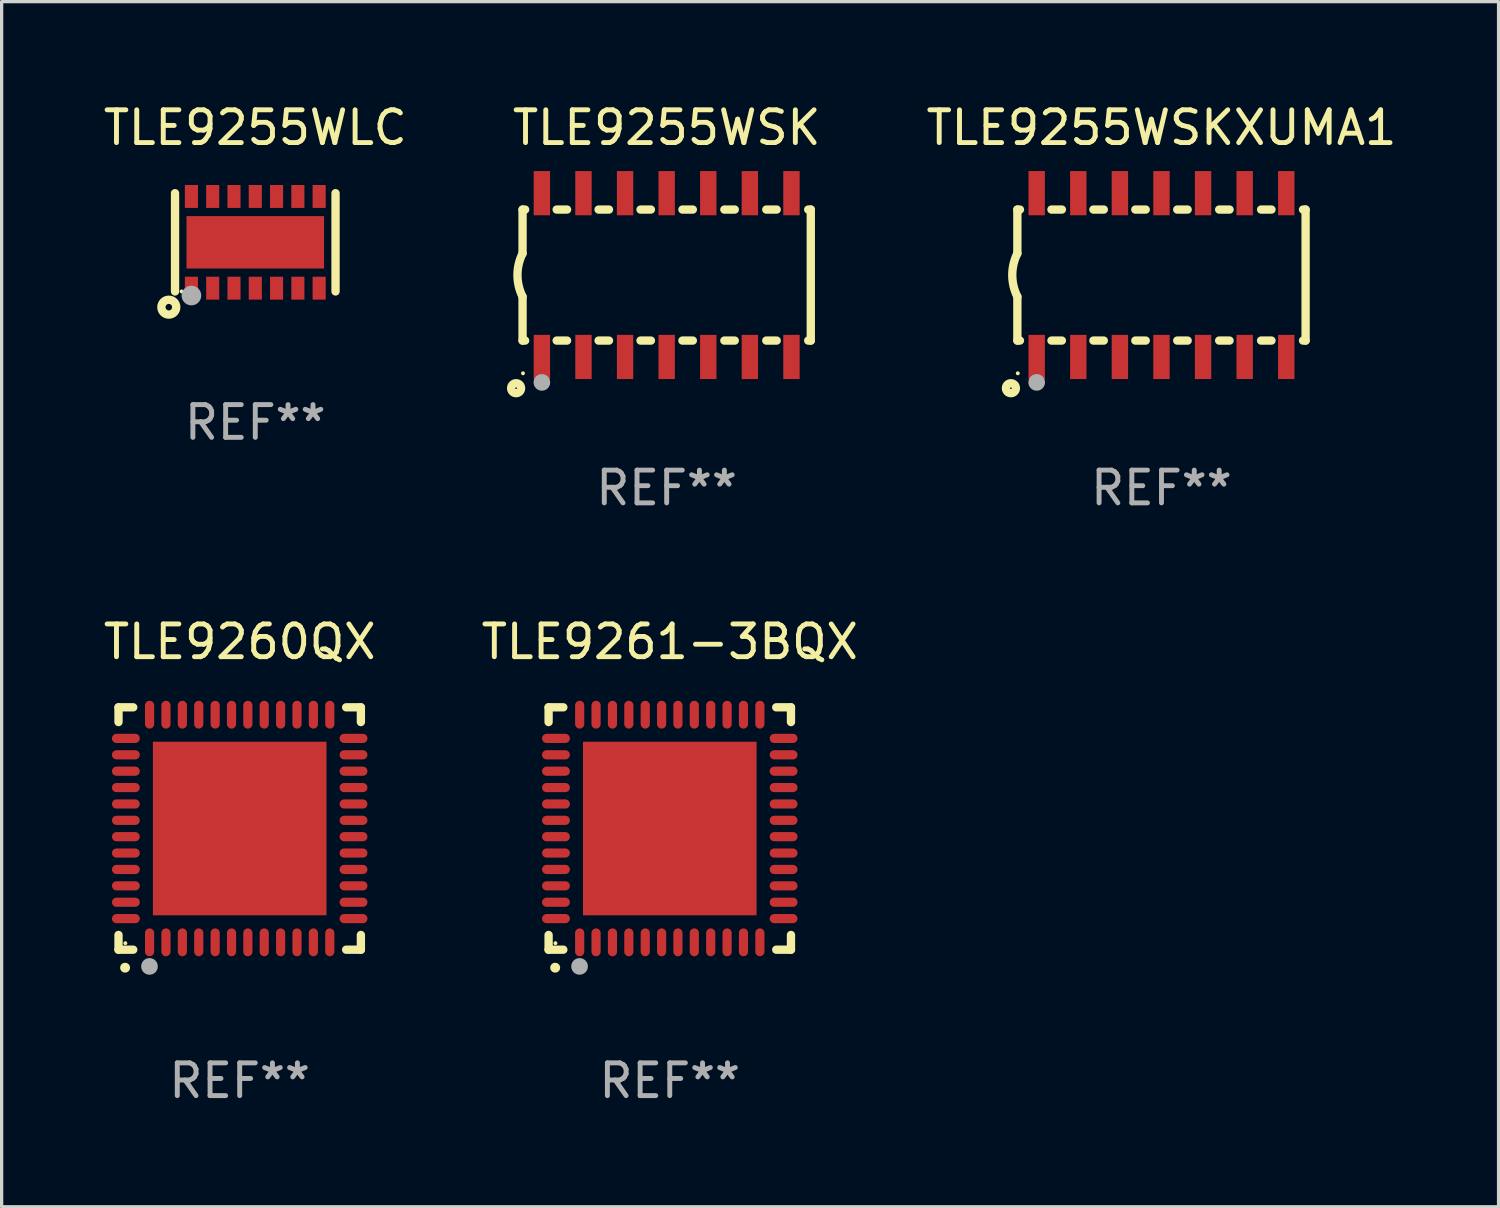
<source format=kicad_pcb>
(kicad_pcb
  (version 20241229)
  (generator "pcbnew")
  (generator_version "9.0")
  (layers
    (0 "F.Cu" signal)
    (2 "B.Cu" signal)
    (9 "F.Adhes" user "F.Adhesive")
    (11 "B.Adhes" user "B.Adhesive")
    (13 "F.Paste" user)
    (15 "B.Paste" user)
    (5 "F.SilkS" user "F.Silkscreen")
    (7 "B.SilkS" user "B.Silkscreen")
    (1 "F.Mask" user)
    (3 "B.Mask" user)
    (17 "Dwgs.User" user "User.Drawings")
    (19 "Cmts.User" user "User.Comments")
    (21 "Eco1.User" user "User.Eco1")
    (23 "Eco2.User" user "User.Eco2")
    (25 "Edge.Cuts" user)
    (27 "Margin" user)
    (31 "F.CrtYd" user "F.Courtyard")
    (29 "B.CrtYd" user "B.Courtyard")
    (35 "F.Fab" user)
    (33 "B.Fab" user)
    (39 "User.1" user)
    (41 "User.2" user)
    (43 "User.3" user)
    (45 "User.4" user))
  (footprint "TLE9255WLC"
    (layer "F.Cu")
    (at 4.744 4.348)
    (property "Reference" "TLE9255WLC" (at 0 -3.5 0) (layer "F.SilkS") (effects (font (size 1 1) (thickness 0.15))))
    (attr through_hole)
    (fp_line (start -2.45 1.5) (end -2.45 -1.5) (stroke (width 0.254) (type solid)) (layer "F.SilkS"))
    (fp_line (start 2.45 1.5) (end 2.45 -1.5) (stroke (width 0.254) (type solid)) (layer "F.SilkS"))
    (fp_circle (center -2.64 1.98) (end -2.54 1.98) (stroke (width 0.254) (type solid)) (fill no) (layer "F.SilkS"))
    (fp_circle (center -2.25 1.5) (end -2.22 1.5) (stroke (width 0.06) (type solid)) (fill no) (layer "F.SilkS"))
    (fp_circle (center -1.95 1.625) (end -1.8 1.625) (stroke (width 0.3) (type solid)) (fill no) (layer "F.Fab"))
    (fp_text user "REF**" (at 0 5.5 0) (layer "F.Fab") (effects (font (size 1 1) (thickness 0.15))))
    (pad "1" smd rect (at -1.95 1.4 180) (size 0.4 0.7) (layers "F.Cu" "F.Mask" "F.Paste"))
    (pad "2" smd rect (at -1.3 1.4 180) (size 0.4 0.7) (layers "F.Cu" "F.Mask" "F.Paste"))
    (pad "3" smd rect (at -0.65 1.4 180) (size 0.4 0.7) (layers "F.Cu" "F.Mask" "F.Paste"))
    (pad "4" smd rect (at -0.000038 1.4 180) (size 0.4 0.7) (layers "F.Cu" "F.Mask" "F.Paste"))
    (pad "5" smd rect (at 0.65 1.4 180) (size 0.4 0.7) (layers "F.Cu" "F.Mask" "F.Paste"))
    (pad "6" smd rect (at 1.3 1.4 180) (size 0.4 0.7) (layers "F.Cu" "F.Mask" "F.Paste"))
    (pad "7" smd rect (at 1.95 1.4 180) (size 0.4 0.7) (layers "F.Cu" "F.Mask" "F.Paste"))
    (pad "8" smd rect (at 1.95 -1.4 180) (size 0.4 0.7) (layers "F.Cu" "F.Mask" "F.Paste"))
    (pad "9" smd rect (at 1.3 -1.4 180) (size 0.4 0.7) (layers "F.Cu" "F.Mask" "F.Paste"))
    (pad "10" smd rect (at 0.65 -1.4 180) (size 0.4 0.7) (layers "F.Cu" "F.Mask" "F.Paste"))
    (pad "11" smd rect (at -0.000038 -1.4 180) (size 0.4 0.7) (layers "F.Cu" "F.Mask" "F.Paste"))
    (pad "12" smd rect (at -0.65 -1.4 180) (size 0.4 0.7) (layers "F.Cu" "F.Mask" "F.Paste"))
    (pad "13" smd rect (at -1.3 -1.4 180) (size 0.4 0.7) (layers "F.Cu" "F.Mask" "F.Paste"))
    (pad "14" smd rect (at -1.95 -1.4 180) (size 0.4 0.7) (layers "F.Cu" "F.Mask" "F.Paste"))
    (pad "15" smd rect (at -0.000038 0.000038 270) (size 1.6 4.2) (layers "F.Cu" "F.Mask" "F.Paste")))
  (footprint "TLE9255WSKXUMA1"
    (layer "F.Cu")
    (at 32.411 5.348)
    (property "Reference" "TLE9255WSKXUMA1" (at 0 -4.5 0) (layer "F.SilkS") (effects (font (size 1 1) (thickness 0.15))))
    (attr through_hole)
    (fp_line (start -4.4 -2) (end -4.4 -0.66) (stroke (width 0.254) (type solid)) (layer "F.SilkS"))
    (fp_line (start -4.4 -2) (end -4.321 -2) (stroke (width 0.254) (type solid)) (layer "F.SilkS"))
    (fp_line (start -4.4 2) (end -4.4 0.66) (stroke (width 0.254) (type solid)) (layer "F.SilkS"))
    (fp_line (start -4.4 2) (end -4.321 2) (stroke (width 0.254) (type solid)) (layer "F.SilkS"))
    (fp_line (start -3.359 -2) (end -3.041 -2) (stroke (width 0.254) (type solid)) (layer "F.SilkS"))
    (fp_line (start -3.359 2) (end -3.041 2) (stroke (width 0.254) (type solid)) (layer "F.SilkS"))
    (fp_line (start -2.079 -2) (end -1.761 -2) (stroke (width 0.254) (type solid)) (layer "F.SilkS"))
    (fp_line (start -2.079 2) (end -1.761 2) (stroke (width 0.254) (type solid)) (layer "F.SilkS"))
    (fp_line (start -0.799 -2) (end -0.481 -2) (stroke (width 0.254) (type solid)) (layer "F.SilkS"))
    (fp_line (start -0.799 2) (end -0.481 2) (stroke (width 0.254) (type solid)) (layer "F.SilkS"))
    (fp_line (start 0.481 -2) (end 0.799 -2) (stroke (width 0.254) (type solid)) (layer "F.SilkS"))
    (fp_line (start 0.481 2) (end 0.799 2) (stroke (width 0.254) (type solid)) (layer "F.SilkS"))
    (fp_line (start 1.761 -2) (end 2.079 -2) (stroke (width 0.254) (type solid)) (layer "F.SilkS"))
    (fp_line (start 1.761 2) (end 2.079 2) (stroke (width 0.254) (type solid)) (layer "F.SilkS"))
    (fp_line (start 3.041 -2) (end 3.359 -2) (stroke (width 0.254) (type solid)) (layer "F.SilkS"))
    (fp_line (start 3.041 2) (end 3.359 2) (stroke (width 0.254) (type solid)) (layer "F.SilkS"))
    (fp_line (start 4.321 -2) (end 4.4 -2) (stroke (width 0.254) (type solid)) (layer "F.SilkS"))
    (fp_line (start 4.321 2) (end 4.4 2) (stroke (width 0.254) (type solid)) (layer "F.SilkS"))
    (fp_line (start 4.4 2) (end 4.4 -2) (stroke (width 0.254) (type solid)) (layer "F.SilkS"))
    (fp_arc (start -4.399314 0.660274) (mid -4.555404 0.000172) (end -4.400025 -0.660097) (stroke (width 0.254001) (type solid)) (layer "F.SilkS"))
    (fp_circle (center -4.597 3.454) (end -4.572 3.454) (stroke (width 0.254) (type solid)) (fill no) (layer "F.SilkS"))
    (fp_circle (center -4.387 2.999) (end -4.357 2.999) (stroke (width 0.06) (type solid)) (fill no) (layer "F.SilkS"))
    (fp_circle (center -3.81 3.277) (end -3.683 3.277) (stroke (width 0.254) (type solid)) (fill no) (layer "F.Fab"))
    (fp_text user "REF**" (at 0 6.5 0) (layer "F.Fab") (effects (font (size 1 1) (thickness 0.15))))
    (pad "1" smd rect (at -3.81 2.5 90) (size 1.35 0.5) (layers "F.Cu" "F.Mask" "F.Paste"))
    (pad "2" smd rect (at -2.54 2.5 90) (size 1.35 0.5) (layers "F.Cu" "F.Mask" "F.Paste"))
    (pad "3" smd rect (at -1.27 2.5 90) (size 1.35 0.5) (layers "F.Cu" "F.Mask" "F.Paste"))
    (pad "4" smd rect (at -0.000025 2.5 90) (size 1.35 0.5) (layers "F.Cu" "F.Mask" "F.Paste"))
    (pad "5" smd rect (at 1.27 2.5 90) (size 1.35 0.5) (layers "F.Cu" "F.Mask" "F.Paste"))
    (pad "6" smd rect (at 2.54 2.5 90) (size 1.35 0.5) (layers "F.Cu" "F.Mask" "F.Paste"))
    (pad "7" smd rect (at 3.81 2.5 90) (size 1.35 0.5) (layers "F.Cu" "F.Mask" "F.Paste"))
    (pad "8" smd rect (at 3.81 -2.5 90) (size 1.35 0.5) (layers "F.Cu" "F.Mask" "F.Paste"))
    (pad "9" smd rect (at 2.54 -2.5 90) (size 1.35 0.5) (layers "F.Cu" "F.Mask" "F.Paste"))
    (pad "10" smd rect (at 1.27 -2.5 90) (size 1.35 0.5) (layers "F.Cu" "F.Mask" "F.Paste"))
    (pad "11" smd rect (at -0.000025 -2.5 90) (size 1.35 0.5) (layers "F.Cu" "F.Mask" "F.Paste"))
    (pad "12" smd rect (at -1.27 -2.5 90) (size 1.35 0.5) (layers "F.Cu" "F.Mask" "F.Paste"))
    (pad "13" smd rect (at -2.54 -2.5 90) (size 1.35 0.5) (layers "F.Cu" "F.Mask" "F.Paste"))
    (pad "14" smd rect (at -3.81 -2.5 90) (size 1.35 0.5) (layers "F.Cu" "F.Mask" "F.Paste")))
  (footprint "TLE9260QX"
    (layer "F.Cu")
    (at 4.268 22.245)
    (property "Reference" "TLE9260QX" (at 0 -5.7 0) (layer "F.SilkS") (effects (font (size 1 1) (thickness 0.15))))
    (attr through_hole)
    (fp_line (start -3.7 -3.7) (end -3.25 -3.7) (stroke (width 0.254) (type solid)) (layer "F.SilkS"))
    (fp_line (start -3.7 -3.25) (end -3.7 -3.7) (stroke (width 0.254) (type solid)) (layer "F.SilkS"))
    (fp_line (start -3.7 3.7) (end -3.7 3.25) (stroke (width 0.254) (type solid)) (layer "F.SilkS"))
    (fp_line (start -3.25 3.7) (end -3.7 3.7) (stroke (width 0.254) (type solid)) (layer "F.SilkS"))
    (fp_line (start 3.25 3.7) (end 3.7 3.7) (stroke (width 0.254) (type solid)) (layer "F.SilkS"))
    (fp_line (start 3.7 -3.7) (end 3.25 -3.7) (stroke (width 0.254) (type solid)) (layer "F.SilkS"))
    (fp_line (start 3.7 -3.25) (end 3.7 -3.7) (stroke (width 0.254) (type solid)) (layer "F.SilkS"))
    (fp_line (start 3.7 3.7) (end 3.7 3.25) (stroke (width 0.254) (type solid)) (layer "F.SilkS"))
    (fp_arc (start -3.500127 4.249428) (mid -3.498857 4.249423) (end -3.497587 4.249428) (stroke (width 0.3) (type solid)) (layer "F.SilkS"))
    (fp_circle (center -3.491 3.501) (end -3.461 3.501) (stroke (width 0.06) (type solid)) (fill no) (layer "F.SilkS"))
    (fp_circle (center -2.754 4.21) (end -2.627 4.21) (stroke (width 0.254) (type solid)) (fill no) (layer "F.Fab"))
    (fp_text user "REF**" (at 0 7.7 0) (layer "F.Fab") (effects (font (size 1 1) (thickness 0.15))))
    (pad "1" smd oval (at -2.751 3.475) (size 0.28 0.85) (layers "F.Cu" "F.Mask" "F.Paste"))
    (pad "2" smd oval (at -2.251 3.475) (size 0.28 0.85) (layers "F.Cu" "F.Mask" "F.Paste"))
    (pad "3" smd oval (at -1.75 3.475) (size 0.28 0.85) (layers "F.Cu" "F.Mask" "F.Paste"))
    (pad "4" smd oval (at -1.25 3.475) (size 0.28 0.85) (layers "F.Cu" "F.Mask" "F.Paste"))
    (pad "5" smd oval (at -0.749 3.475) (size 0.28 0.85) (layers "F.Cu" "F.Mask" "F.Paste"))
    (pad "6" smd oval (at -0.249 3.475) (size 0.28 0.85) (layers "F.Cu" "F.Mask" "F.Paste"))
    (pad "7" smd oval (at 0.249 3.475) (size 0.28 0.85) (layers "F.Cu" "F.Mask" "F.Paste"))
    (pad "8" smd oval (at 0.749 3.475) (size 0.28 0.85) (layers "F.Cu" "F.Mask" "F.Paste"))
    (pad "9" smd oval (at 1.25 3.475) (size 0.28 0.85) (layers "F.Cu" "F.Mask" "F.Paste"))
    (pad "10" smd oval (at 1.75 3.475) (size 0.28 0.85) (layers "F.Cu" "F.Mask" "F.Paste"))
    (pad "11" smd oval (at 2.25 3.475) (size 0.28 0.85) (layers "F.Cu" "F.Mask" "F.Paste"))
    (pad "12" smd oval (at 2.751 3.475) (size 0.28 0.85) (layers "F.Cu" "F.Mask" "F.Paste"))
    (pad "13" smd oval (at 3.475 2.751) (size 0.85 0.28) (layers "F.Cu" "F.Mask" "F.Paste"))
    (pad "14" smd oval (at 3.475 2.251) (size 0.85 0.28) (layers "F.Cu" "F.Mask" "F.Paste"))
    (pad "15" smd oval (at 3.475 1.75) (size 0.85 0.28) (layers "F.Cu" "F.Mask" "F.Paste"))
    (pad "16" smd oval (at 3.475 1.25) (size 0.85 0.28) (layers "F.Cu" "F.Mask" "F.Paste"))
    (pad "17" smd oval (at 3.475 0.749) (size 0.85 0.28) (layers "F.Cu" "F.Mask" "F.Paste"))
    (pad "18" smd oval (at 3.475 0.249) (size 0.85 0.28) (layers "F.Cu" "F.Mask" "F.Paste"))
    (pad "19" smd oval (at 3.475 -0.249) (size 0.85 0.28) (layers "F.Cu" "F.Mask" "F.Paste"))
    (pad "20" smd oval (at 3.475 -0.749) (size 0.85 0.28) (layers "F.Cu" "F.Mask" "F.Paste"))
    (pad "21" smd oval (at 3.475 -1.25) (size 0.85 0.28) (layers "F.Cu" "F.Mask" "F.Paste"))
    (pad "22" smd oval (at 3.475 -1.75) (size 0.85 0.28) (layers "F.Cu" "F.Mask" "F.Paste"))
    (pad "23" smd oval (at 3.475 -2.25) (size 0.85 0.28) (layers "F.Cu" "F.Mask" "F.Paste"))
    (pad "24" smd oval (at 3.475 -2.751) (size 0.85 0.28) (layers "F.Cu" "F.Mask" "F.Paste"))
    (pad "25" smd oval (at 2.751 -3.475) (size 0.28 0.85) (layers "F.Cu" "F.Mask" "F.Paste"))
    (pad "26" smd oval (at 2.25 -3.475) (size 0.28 0.85) (layers "F.Cu" "F.Mask" "F.Paste"))
    (pad "27" smd oval (at 1.75 -3.475) (size 0.28 0.85) (layers "F.Cu" "F.Mask" "F.Paste"))
    (pad "28" smd oval (at 1.25 -3.475) (size 0.28 0.85) (layers "F.Cu" "F.Mask" "F.Paste"))
    (pad "29" smd oval (at 0.749 -3.475) (size 0.28 0.85) (layers "F.Cu" "F.Mask" "F.Paste"))
    (pad "30" smd oval (at 0.249 -3.475) (size 0.28 0.85) (layers "F.Cu" "F.Mask" "F.Paste"))
    (pad "31" smd oval (at -0.249 -3.475) (size 0.28 0.85) (layers "F.Cu" "F.Mask" "F.Paste"))
    (pad "32" smd oval (at -0.749 -3.475) (size 0.28 0.85) (layers "F.Cu" "F.Mask" "F.Paste"))
    (pad "33" smd oval (at -1.25 -3.475) (size 0.28 0.85) (layers "F.Cu" "F.Mask" "F.Paste"))
    (pad "34" smd oval (at -1.75 -3.475) (size 0.28 0.85) (layers "F.Cu" "F.Mask" "F.Paste"))
    (pad "35" smd oval (at -2.251 -3.475) (size 0.28 0.85) (layers "F.Cu" "F.Mask" "F.Paste"))
    (pad "36" smd oval (at -2.751 -3.475) (size 0.28 0.85) (layers "F.Cu" "F.Mask" "F.Paste"))
    (pad "37" smd oval (at -3.475 -2.751) (size 0.85 0.28) (layers "F.Cu" "F.Mask" "F.Paste"))
    (pad "38" smd oval (at -3.475 -2.25) (size 0.85 0.28) (layers "F.Cu" "F.Mask" "F.Paste"))
    (pad "39" smd oval (at -3.475 -1.75) (size 0.85 0.28) (layers "F.Cu" "F.Mask" "F.Paste"))
    (pad "40" smd oval (at -3.475 -1.25) (size 0.85 0.28) (layers "F.Cu" "F.Mask" "F.Paste"))
    (pad "41" smd oval (at -3.475 -0.749) (size 0.85 0.28) (layers "F.Cu" "F.Mask" "F.Paste"))
    (pad "42" smd oval (at -3.475 -0.249) (size 0.85 0.28) (layers "F.Cu" "F.Mask" "F.Paste"))
    (pad "43" smd oval (at -3.475 0.249) (size 0.85 0.28) (layers "F.Cu" "F.Mask" "F.Paste"))
    (pad "44" smd oval (at -3.475 0.749) (size 0.85 0.28) (layers "F.Cu" "F.Mask" "F.Paste"))
    (pad "45" smd oval (at -3.475 1.25) (size 0.85 0.28) (layers "F.Cu" "F.Mask" "F.Paste"))
    (pad "46" smd oval (at -3.475 1.75) (size 0.85 0.28) (layers "F.Cu" "F.Mask" "F.Paste"))
    (pad "47" smd oval (at -3.475 2.251) (size 0.85 0.28) (layers "F.Cu" "F.Mask" "F.Paste"))
    (pad "48" smd oval (at -3.475 2.751) (size 0.85 0.28) (layers "F.Cu" "F.Mask" "F.Paste"))
    (pad "49" smd rect (at -0.000102 0.000102) (size 5.3 5.3) (layers "F.Cu" "F.Mask" "F.Paste")))
  (footprint "TLE9261-3BQX"
    (layer "F.Cu")
    (at 17.399 22.245)
    (property "Reference" "TLE9261-3BQX" (at 0 -5.7 0) (layer "F.SilkS") (effects (font (size 1 1) (thickness 0.15))))
    (attr through_hole)
    (fp_line (start -3.7 -3.7) (end -3.25 -3.7) (stroke (width 0.254) (type solid)) (layer "F.SilkS"))
    (fp_line (start -3.7 -3.25) (end -3.7 -3.7) (stroke (width 0.254) (type solid)) (layer "F.SilkS"))
    (fp_line (start -3.7 3.7) (end -3.7 3.25) (stroke (width 0.254) (type solid)) (layer "F.SilkS"))
    (fp_line (start -3.25 3.7) (end -3.7 3.7) (stroke (width 0.254) (type solid)) (layer "F.SilkS"))
    (fp_line (start 3.25 3.7) (end 3.7 3.7) (stroke (width 0.254) (type solid)) (layer "F.SilkS"))
    (fp_line (start 3.7 -3.7) (end 3.25 -3.7) (stroke (width 0.254) (type solid)) (layer "F.SilkS"))
    (fp_line (start 3.7 -3.25) (end 3.7 -3.7) (stroke (width 0.254) (type solid)) (layer "F.SilkS"))
    (fp_line (start 3.7 3.7) (end 3.7 3.25) (stroke (width 0.254) (type solid)) (layer "F.SilkS"))
    (fp_arc (start -3.500127 4.249428) (mid -3.498857 4.249423) (end -3.497587 4.249428) (stroke (width 0.3) (type solid)) (layer "F.SilkS"))
    (fp_circle (center -3.491 3.501) (end -3.461 3.501) (stroke (width 0.06) (type solid)) (fill no) (layer "F.SilkS"))
    (fp_circle (center -2.754 4.21) (end -2.627 4.21) (stroke (width 0.254) (type solid)) (fill no) (layer "F.Fab"))
    (fp_text user "REF**" (at 0 7.7 0) (layer "F.Fab") (effects (font (size 1 1) (thickness 0.15))))
    (pad "1" smd oval (at -2.751 3.475) (size 0.28 0.85) (layers "F.Cu" "F.Mask" "F.Paste"))
    (pad "2" smd oval (at -2.251 3.475) (size 0.28 0.85) (layers "F.Cu" "F.Mask" "F.Paste"))
    (pad "3" smd oval (at -1.75 3.475) (size 0.28 0.85) (layers "F.Cu" "F.Mask" "F.Paste"))
    (pad "4" smd oval (at -1.25 3.475) (size 0.28 0.85) (layers "F.Cu" "F.Mask" "F.Paste"))
    (pad "5" smd oval (at -0.749 3.475) (size 0.28 0.85) (layers "F.Cu" "F.Mask" "F.Paste"))
    (pad "6" smd oval (at -0.249 3.475) (size 0.28 0.85) (layers "F.Cu" "F.Mask" "F.Paste"))
    (pad "7" smd oval (at 0.249 3.475) (size 0.28 0.85) (layers "F.Cu" "F.Mask" "F.Paste"))
    (pad "8" smd oval (at 0.749 3.475) (size 0.28 0.85) (layers "F.Cu" "F.Mask" "F.Paste"))
    (pad "9" smd oval (at 1.25 3.475) (size 0.28 0.85) (layers "F.Cu" "F.Mask" "F.Paste"))
    (pad "10" smd oval (at 1.75 3.475) (size 0.28 0.85) (layers "F.Cu" "F.Mask" "F.Paste"))
    (pad "11" smd oval (at 2.25 3.475) (size 0.28 0.85) (layers "F.Cu" "F.Mask" "F.Paste"))
    (pad "12" smd oval (at 2.751 3.475) (size 0.28 0.85) (layers "F.Cu" "F.Mask" "F.Paste"))
    (pad "13" smd oval (at 3.475 2.751) (size 0.85 0.28) (layers "F.Cu" "F.Mask" "F.Paste"))
    (pad "14" smd oval (at 3.475 2.251) (size 0.85 0.28) (layers "F.Cu" "F.Mask" "F.Paste"))
    (pad "15" smd oval (at 3.475 1.75) (size 0.85 0.28) (layers "F.Cu" "F.Mask" "F.Paste"))
    (pad "16" smd oval (at 3.475 1.25) (size 0.85 0.28) (layers "F.Cu" "F.Mask" "F.Paste"))
    (pad "17" smd oval (at 3.475 0.749) (size 0.85 0.28) (layers "F.Cu" "F.Mask" "F.Paste"))
    (pad "18" smd oval (at 3.475 0.249) (size 0.85 0.28) (layers "F.Cu" "F.Mask" "F.Paste"))
    (pad "19" smd oval (at 3.475 -0.249) (size 0.85 0.28) (layers "F.Cu" "F.Mask" "F.Paste"))
    (pad "20" smd oval (at 3.475 -0.749) (size 0.85 0.28) (layers "F.Cu" "F.Mask" "F.Paste"))
    (pad "21" smd oval (at 3.475 -1.25) (size 0.85 0.28) (layers "F.Cu" "F.Mask" "F.Paste"))
    (pad "22" smd oval (at 3.475 -1.75) (size 0.85 0.28) (layers "F.Cu" "F.Mask" "F.Paste"))
    (pad "23" smd oval (at 3.475 -2.25) (size 0.85 0.28) (layers "F.Cu" "F.Mask" "F.Paste"))
    (pad "24" smd oval (at 3.475 -2.751) (size 0.85 0.28) (layers "F.Cu" "F.Mask" "F.Paste"))
    (pad "25" smd oval (at 2.751 -3.475) (size 0.28 0.85) (layers "F.Cu" "F.Mask" "F.Paste"))
    (pad "26" smd oval (at 2.25 -3.475) (size 0.28 0.85) (layers "F.Cu" "F.Mask" "F.Paste"))
    (pad "27" smd oval (at 1.75 -3.475) (size 0.28 0.85) (layers "F.Cu" "F.Mask" "F.Paste"))
    (pad "28" smd oval (at 1.25 -3.475) (size 0.28 0.85) (layers "F.Cu" "F.Mask" "F.Paste"))
    (pad "29" smd oval (at 0.749 -3.475) (size 0.28 0.85) (layers "F.Cu" "F.Mask" "F.Paste"))
    (pad "30" smd oval (at 0.249 -3.475) (size 0.28 0.85) (layers "F.Cu" "F.Mask" "F.Paste"))
    (pad "31" smd oval (at -0.249 -3.475) (size 0.28 0.85) (layers "F.Cu" "F.Mask" "F.Paste"))
    (pad "32" smd oval (at -0.749 -3.475) (size 0.28 0.85) (layers "F.Cu" "F.Mask" "F.Paste"))
    (pad "33" smd oval (at -1.25 -3.475) (size 0.28 0.85) (layers "F.Cu" "F.Mask" "F.Paste"))
    (pad "34" smd oval (at -1.75 -3.475) (size 0.28 0.85) (layers "F.Cu" "F.Mask" "F.Paste"))
    (pad "35" smd oval (at -2.251 -3.475) (size 0.28 0.85) (layers "F.Cu" "F.Mask" "F.Paste"))
    (pad "36" smd oval (at -2.751 -3.475) (size 0.28 0.85) (layers "F.Cu" "F.Mask" "F.Paste"))
    (pad "37" smd oval (at -3.475 -2.751) (size 0.85 0.28) (layers "F.Cu" "F.Mask" "F.Paste"))
    (pad "38" smd oval (at -3.475 -2.25) (size 0.85 0.28) (layers "F.Cu" "F.Mask" "F.Paste"))
    (pad "39" smd oval (at -3.475 -1.75) (size 0.85 0.28) (layers "F.Cu" "F.Mask" "F.Paste"))
    (pad "40" smd oval (at -3.475 -1.25) (size 0.85 0.28) (layers "F.Cu" "F.Mask" "F.Paste"))
    (pad "41" smd oval (at -3.475 -0.749) (size 0.85 0.28) (layers "F.Cu" "F.Mask" "F.Paste"))
    (pad "42" smd oval (at -3.475 -0.249) (size 0.85 0.28) (layers "F.Cu" "F.Mask" "F.Paste"))
    (pad "43" smd oval (at -3.475 0.249) (size 0.85 0.28) (layers "F.Cu" "F.Mask" "F.Paste"))
    (pad "44" smd oval (at -3.475 0.749) (size 0.85 0.28) (layers "F.Cu" "F.Mask" "F.Paste"))
    (pad "45" smd oval (at -3.475 1.25) (size 0.85 0.28) (layers "F.Cu" "F.Mask" "F.Paste"))
    (pad "46" smd oval (at -3.475 1.75) (size 0.85 0.28) (layers "F.Cu" "F.Mask" "F.Paste"))
    (pad "47" smd oval (at -3.475 2.251) (size 0.85 0.28) (layers "F.Cu" "F.Mask" "F.Paste"))
    (pad "48" smd oval (at -3.475 2.751) (size 0.85 0.28) (layers "F.Cu" "F.Mask" "F.Paste"))
    (pad "49" smd rect (at -0.000102 0.000102) (size 5.3 5.3) (layers "F.Cu" "F.Mask" "F.Paste")))
  (footprint "TLE9255WSK"
    (layer "F.Cu")
    (at 17.304 5.348)
    (property "Reference" "TLE9255WSK" (at 0 -4.5 0) (layer "F.SilkS") (effects (font (size 1 1) (thickness 0.15))))
    (attr through_hole)
    (fp_line (start -4.4 -2) (end -4.4 -0.66) (stroke (width 0.254) (type solid)) (layer "F.SilkS"))
    (fp_line (start -4.4 -2) (end -4.321 -2) (stroke (width 0.254) (type solid)) (layer "F.SilkS"))
    (fp_line (start -4.4 2) (end -4.4 0.66) (stroke (width 0.254) (type solid)) (layer "F.SilkS"))
    (fp_line (start -4.4 2) (end -4.321 2) (stroke (width 0.254) (type solid)) (layer "F.SilkS"))
    (fp_line (start -3.359 -2) (end -3.041 -2) (stroke (width 0.254) (type solid)) (layer "F.SilkS"))
    (fp_line (start -3.359 2) (end -3.041 2) (stroke (width 0.254) (type solid)) (layer "F.SilkS"))
    (fp_line (start -2.079 -2) (end -1.761 -2) (stroke (width 0.254) (type solid)) (layer "F.SilkS"))
    (fp_line (start -2.079 2) (end -1.761 2) (stroke (width 0.254) (type solid)) (layer "F.SilkS"))
    (fp_line (start -0.799 -2) (end -0.481 -2) (stroke (width 0.254) (type solid)) (layer "F.SilkS"))
    (fp_line (start -0.799 2) (end -0.481 2) (stroke (width 0.254) (type solid)) (layer "F.SilkS"))
    (fp_line (start 0.481 -2) (end 0.799 -2) (stroke (width 0.254) (type solid)) (layer "F.SilkS"))
    (fp_line (start 0.481 2) (end 0.799 2) (stroke (width 0.254) (type solid)) (layer "F.SilkS"))
    (fp_line (start 1.761 -2) (end 2.079 -2) (stroke (width 0.254) (type solid)) (layer "F.SilkS"))
    (fp_line (start 1.761 2) (end 2.079 2) (stroke (width 0.254) (type solid)) (layer "F.SilkS"))
    (fp_line (start 3.041 -2) (end 3.359 -2) (stroke (width 0.254) (type solid)) (layer "F.SilkS"))
    (fp_line (start 3.041 2) (end 3.359 2) (stroke (width 0.254) (type solid)) (layer "F.SilkS"))
    (fp_line (start 4.321 -2) (end 4.4 -2) (stroke (width 0.254) (type solid)) (layer "F.SilkS"))
    (fp_line (start 4.321 2) (end 4.4 2) (stroke (width 0.254) (type solid)) (layer "F.SilkS"))
    (fp_line (start 4.4 2) (end 4.4 -2) (stroke (width 0.254) (type solid)) (layer "F.SilkS"))
    (fp_arc (start -4.399314 0.660274) (mid -4.555404 0.000172) (end -4.400025 -0.660097) (stroke (width 0.254001) (type solid)) (layer "F.SilkS"))
    (fp_circle (center -4.597 3.454) (end -4.572 3.454) (stroke (width 0.254) (type solid)) (fill no) (layer "F.SilkS"))
    (fp_circle (center -4.387 2.999) (end -4.357 2.999) (stroke (width 0.06) (type solid)) (fill no) (layer "F.SilkS"))
    (fp_circle (center -3.81 3.277) (end -3.683 3.277) (stroke (width 0.254) (type solid)) (fill no) (layer "F.Fab"))
    (fp_text user "REF**" (at 0 6.5 0) (layer "F.Fab") (effects (font (size 1 1) (thickness 0.15))))
    (pad "1" smd rect (at -3.81 2.5 90) (size 1.35 0.5) (layers "F.Cu" "F.Mask" "F.Paste"))
    (pad "2" smd rect (at -2.54 2.5 90) (size 1.35 0.5) (layers "F.Cu" "F.Mask" "F.Paste"))
    (pad "3" smd rect (at -1.27 2.5 90) (size 1.35 0.5) (layers "F.Cu" "F.Mask" "F.Paste"))
    (pad "4" smd rect (at -0.000025 2.5 90) (size 1.35 0.5) (layers "F.Cu" "F.Mask" "F.Paste"))
    (pad "5" smd rect (at 1.27 2.5 90) (size 1.35 0.5) (layers "F.Cu" "F.Mask" "F.Paste"))
    (pad "6" smd rect (at 2.54 2.5 90) (size 1.35 0.5) (layers "F.Cu" "F.Mask" "F.Paste"))
    (pad "7" smd rect (at 3.81 2.5 90) (size 1.35 0.5) (layers "F.Cu" "F.Mask" "F.Paste"))
    (pad "8" smd rect (at 3.81 -2.5 90) (size 1.35 0.5) (layers "F.Cu" "F.Mask" "F.Paste"))
    (pad "9" smd rect (at 2.54 -2.5 90) (size 1.35 0.5) (layers "F.Cu" "F.Mask" "F.Paste"))
    (pad "10" smd rect (at 1.27 -2.5 90) (size 1.35 0.5) (layers "F.Cu" "F.Mask" "F.Paste"))
    (pad "11" smd rect (at -0.000025 -2.5 90) (size 1.35 0.5) (layers "F.Cu" "F.Mask" "F.Paste"))
    (pad "12" smd rect (at -1.27 -2.5 90) (size 1.35 0.5) (layers "F.Cu" "F.Mask" "F.Paste"))
    (pad "13" smd rect (at -2.54 -2.5 90) (size 1.35 0.5) (layers "F.Cu" "F.Mask" "F.Paste"))
    (pad "14" smd rect (at -3.81 -2.5 90) (size 1.35 0.5) (layers "F.Cu" "F.Mask" "F.Paste")))
  (gr_rect
    (start -3 -3)
    (end 42.702 33.793)
    (stroke (width 0.1) (type default))
    (fill no)
    (layer "Edge.Cuts")))
</source>
